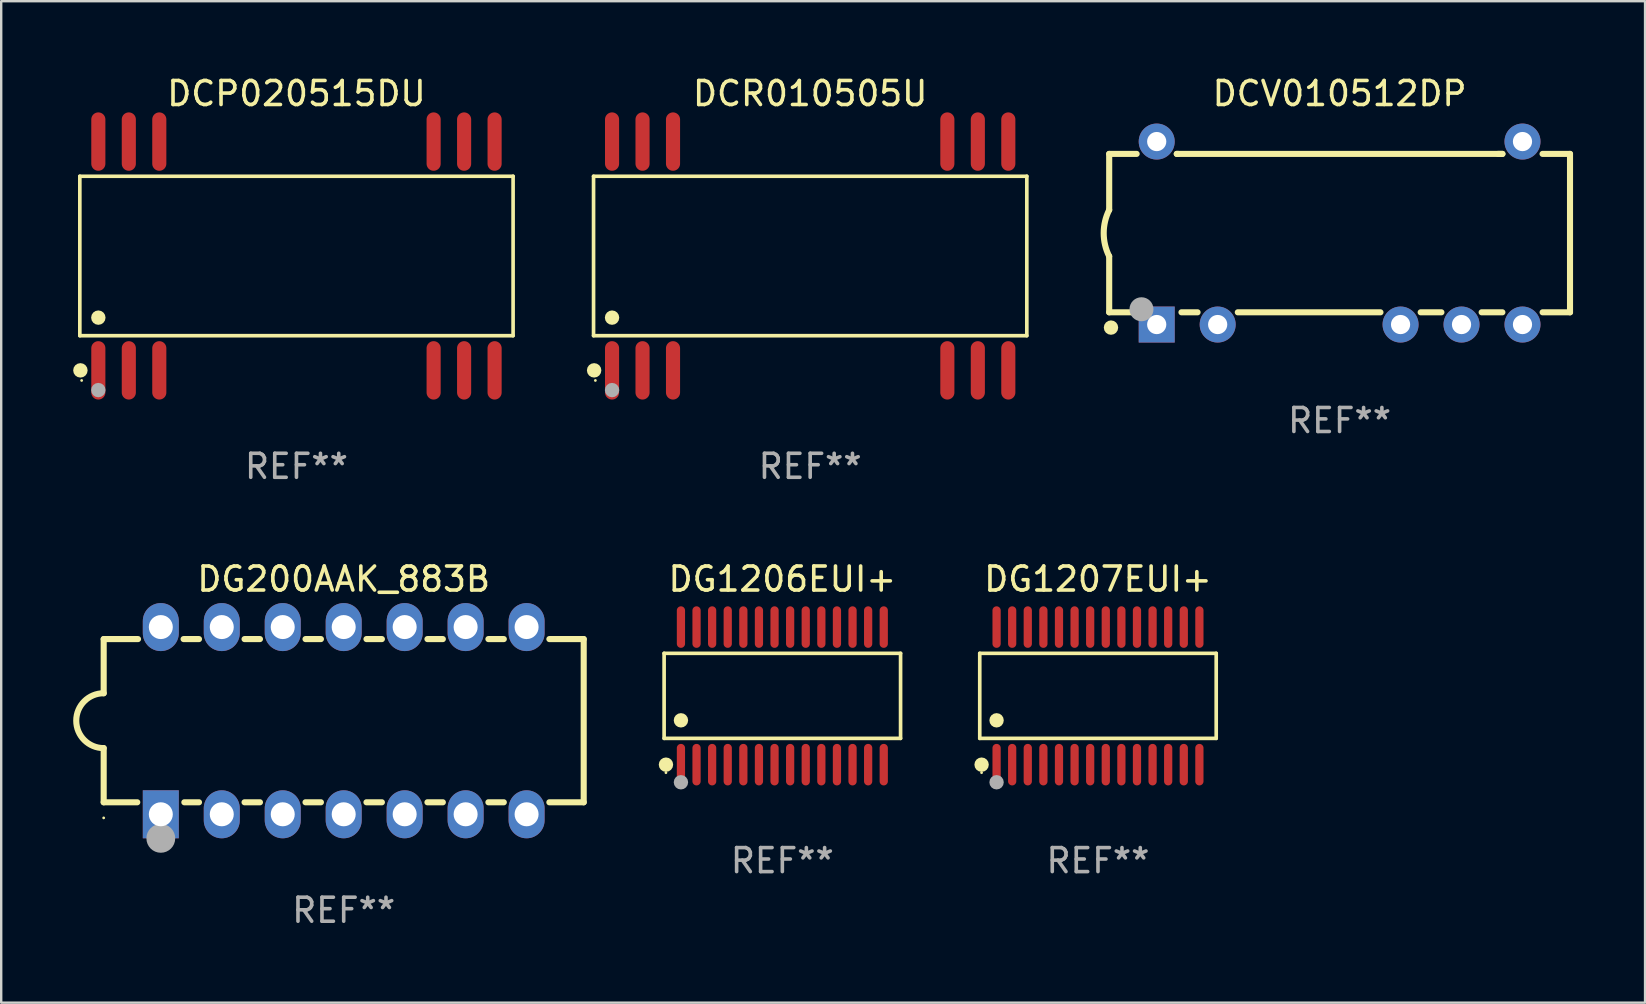
<source format=kicad_pcb>
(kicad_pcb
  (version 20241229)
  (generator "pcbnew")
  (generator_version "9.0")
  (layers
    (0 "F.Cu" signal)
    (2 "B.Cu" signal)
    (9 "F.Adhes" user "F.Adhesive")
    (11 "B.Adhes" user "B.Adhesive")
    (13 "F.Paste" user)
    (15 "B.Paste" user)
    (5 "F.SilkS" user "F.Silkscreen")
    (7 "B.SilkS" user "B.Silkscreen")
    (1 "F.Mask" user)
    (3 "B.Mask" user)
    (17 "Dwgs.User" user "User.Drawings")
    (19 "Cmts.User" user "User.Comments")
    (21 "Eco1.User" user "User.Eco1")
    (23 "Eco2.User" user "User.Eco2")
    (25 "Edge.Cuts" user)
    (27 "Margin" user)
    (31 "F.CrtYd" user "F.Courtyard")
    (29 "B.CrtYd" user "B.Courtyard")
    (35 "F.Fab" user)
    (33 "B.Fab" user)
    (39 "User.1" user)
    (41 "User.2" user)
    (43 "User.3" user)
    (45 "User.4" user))
  (footprint "DG1206EUI+"
    (layer "F.Cu")
    (at 29.546 25.943)
    (property "Reference" "DG1206EUI+" (at 0 -4.866 0) (layer "F.SilkS") (effects (font (size 1 1) (thickness 0.15))))
    (attr through_hole)
    (fp_line (start -4.926 -1.772) (end 4.926 -1.772) (stroke (width 0.152) (type solid)) (layer "F.SilkS"))
    (fp_line (start -4.926 1.771) (end -4.926 -1.772) (stroke (width 0.152) (type solid)) (layer "F.SilkS"))
    (fp_line (start 4.926 -1.772) (end 4.926 1.771) (stroke (width 0.152) (type solid)) (layer "F.SilkS"))
    (fp_line (start 4.926 1.771) (end -4.926 1.771) (stroke (width 0.152) (type solid)) (layer "F.SilkS"))
    (fp_circle (center -4.85 3.2) (end -4.82 3.2) (stroke (width 0.06) (type solid)) (fill no) (layer "F.SilkS"))
    (fp_circle (center -4.849 2.866) (end -4.699 2.866) (stroke (width 0.3) (type solid)) (fill no) (layer "F.SilkS"))
    (fp_circle (center -4.225 1.019) (end -4.075 1.019) (stroke (width 0.3) (type solid)) (fill no) (layer "F.SilkS"))
    (fp_circle (center -4.225 3.6) (end -4.075 3.6) (stroke (width 0.3) (type solid)) (fill no) (layer "F.Fab"))
    (fp_text user "REF**" (at 0 6.866 0) (layer "F.Fab") (effects (font (size 1 1) (thickness 0.15))))
    (pad "1" smd oval (at -4.225 2.866) (size 0.343 1.731) (layers "F.Cu" "F.Mask" "F.Paste"))
    (pad "2" smd oval (at -3.575 2.866) (size 0.343 1.731) (layers "F.Cu" "F.Mask" "F.Paste"))
    (pad "3" smd oval (at -2.925 2.866) (size 0.343 1.731) (layers "F.Cu" "F.Mask" "F.Paste"))
    (pad "4" smd oval (at -2.275 2.866) (size 0.343 1.731) (layers "F.Cu" "F.Mask" "F.Paste"))
    (pad "5" smd oval (at -1.625 2.866) (size 0.343 1.731) (layers "F.Cu" "F.Mask" "F.Paste"))
    (pad "6" smd oval (at -0.975 2.866) (size 0.343 1.731) (layers "F.Cu" "F.Mask" "F.Paste"))
    (pad "7" smd oval (at -0.325 2.866) (size 0.343 1.731) (layers "F.Cu" "F.Mask" "F.Paste"))
    (pad "8" smd oval (at 0.325 2.866) (size 0.343 1.731) (layers "F.Cu" "F.Mask" "F.Paste"))
    (pad "9" smd oval (at 0.975 2.866) (size 0.343 1.731) (layers "F.Cu" "F.Mask" "F.Paste"))
    (pad "10" smd oval (at 1.625 2.866) (size 0.343 1.731) (layers "F.Cu" "F.Mask" "F.Paste"))
    (pad "11" smd oval (at 2.275 2.866) (size 0.343 1.731) (layers "F.Cu" "F.Mask" "F.Paste"))
    (pad "12" smd oval (at 2.925 2.866) (size 0.343 1.731) (layers "F.Cu" "F.Mask" "F.Paste"))
    (pad "13" smd oval (at 3.575 2.866) (size 0.343 1.731) (layers "F.Cu" "F.Mask" "F.Paste"))
    (pad "14" smd oval (at 4.225 2.866) (size 0.343 1.731) (layers "F.Cu" "F.Mask" "F.Paste"))
    (pad "15" smd oval (at 4.225 -2.866) (size 0.343 1.731) (layers "F.Cu" "F.Mask" "F.Paste"))
    (pad "16" smd oval (at 3.575 -2.866) (size 0.343 1.731) (layers "F.Cu" "F.Mask" "F.Paste"))
    (pad "17" smd oval (at 2.925 -2.866) (size 0.343 1.731) (layers "F.Cu" "F.Mask" "F.Paste"))
    (pad "18" smd oval (at 2.275 -2.866) (size 0.343 1.731) (layers "F.Cu" "F.Mask" "F.Paste"))
    (pad "19" smd oval (at 1.625 -2.866) (size 0.343 1.731) (layers "F.Cu" "F.Mask" "F.Paste"))
    (pad "20" smd oval (at 0.975 -2.866) (size 0.343 1.731) (layers "F.Cu" "F.Mask" "F.Paste"))
    (pad "21" smd oval (at 0.325 -2.866) (size 0.343 1.731) (layers "F.Cu" "F.Mask" "F.Paste"))
    (pad "22" smd oval (at -0.325 -2.866) (size 0.343 1.731) (layers "F.Cu" "F.Mask" "F.Paste"))
    (pad "23" smd oval (at -0.975 -2.866) (size 0.343 1.731) (layers "F.Cu" "F.Mask" "F.Paste"))
    (pad "24" smd oval (at -1.625 -2.866) (size 0.343 1.731) (layers "F.Cu" "F.Mask" "F.Paste"))
    (pad "25" smd oval (at -2.275 -2.866) (size 0.343 1.731) (layers "F.Cu" "F.Mask" "F.Paste"))
    (pad "26" smd oval (at -2.925 -2.866) (size 0.343 1.731) (layers "F.Cu" "F.Mask" "F.Paste"))
    (pad "27" smd oval (at -3.575 -2.866) (size 0.343 1.731) (layers "F.Cu" "F.Mask" "F.Paste"))
    (pad "28" smd oval (at -4.225 -2.866) (size 0.343 1.731) (layers "F.Cu" "F.Mask" "F.Paste")))
  (footprint "DCV010512DP"
    (layer "F.Cu")
    (at 52.764 6.66)
    (property "Reference" "DCV010512DP" (at 0 -5.812 0) (layer "F.SilkS") (effects (font (size 1 1) (thickness 0.15))))
    (attr through_hole)
    (fp_line (start -9.6 -3.298) (end -9.6 -0.963) (stroke (width 0.254) (type solid)) (layer "F.SilkS"))
    (fp_line (start -9.6 -3.298) (end -8.456 -3.298) (stroke (width 0.254) (type solid)) (layer "F.SilkS"))
    (fp_line (start -9.6 3.302) (end -9.6 0.967) (stroke (width 0.254) (type solid)) (layer "F.SilkS"))
    (fp_line (start -9.6 3.302) (end -8.628 3.302) (stroke (width 0.254) (type solid)) (layer "F.SilkS"))
    (fp_line (start -6.784 -3.298) (end -6.731 -3.298) (stroke (width 0.254) (type solid)) (layer "F.SilkS"))
    (fp_line (start -6.784 -3.298) (end 6.784 -3.298) (stroke (width 0.254) (type solid)) (layer "F.SilkS"))
    (fp_line (start -5.918 3.302) (end -6.589 3.302) (stroke (width 0.254) (type solid)) (layer "F.SilkS"))
    (fp_line (start 1.702 3.302) (end -4.242 3.302) (stroke (width 0.254) (type solid)) (layer "F.SilkS"))
    (fp_line (start 4.242 3.302) (end 3.378 3.302) (stroke (width 0.254) (type solid)) (layer "F.SilkS"))
    (fp_line (start 6.605 -3.298) (end 6.784 -3.298) (stroke (width 0.254) (type solid)) (layer "F.SilkS"))
    (fp_line (start 6.782 3.302) (end 5.918 3.302) (stroke (width 0.254) (type solid)) (layer "F.SilkS"))
    (fp_line (start 8.456 -3.298) (end 9.6 -3.298) (stroke (width 0.254) (type solid)) (layer "F.SilkS"))
    (fp_line (start 9.6 -3.298) (end 9.6 3.302) (stroke (width 0.254) (type solid)) (layer "F.SilkS"))
    (fp_line (start 9.6 3.302) (end 8.458 3.302) (stroke (width 0.254) (type solid)) (layer "F.SilkS"))
    (fp_arc (start -9.601219 0.966726) (mid -9.828641 0.001484) (end -9.600025 -0.963475) (stroke (width 0.254001) (type solid)) (layer "F.SilkS"))
    (fp_circle (center -9.6 3.962) (end -9.57 3.962) (stroke (width 0.06) (type solid)) (fill no) (layer "F.SilkS"))
    (fp_circle (center -9.525 3.939) (end -9.375 3.939) (stroke (width 0.3) (type solid)) (fill no) (layer "F.SilkS"))
    (fp_circle (center -8.255 3.175) (end -8.005 3.175) (stroke (width 0.5) (type solid)) (fill no) (layer "F.Fab"))
    (fp_text user "REF**" (at 0 7.812 0) (layer "F.Fab") (effects (font (size 1 1) (thickness 0.15))))
    (pad "1" thru_hole rect (at -7.62 3.812) (size 1.5 1.5) (drill 0.8) (layers "*.Cu" "*.Mask"))
    (pad "2" thru_hole circle (at -5.08 3.812) (size 1.5 1.5) (drill 0.8) (layers "*.Cu" "*.Mask"))
    (pad "5" thru_hole circle (at 2.54 3.812) (size 1.5 1.5) (drill 0.8) (layers "*.Cu" "*.Mask"))
    (pad "6" thru_hole circle (at 5.08 3.812) (size 1.5 1.5) (drill 0.8) (layers "*.Cu" "*.Mask"))
    (pad "7" thru_hole circle (at 7.62 3.812) (size 1.5 1.5) (drill 0.8) (layers "*.Cu" "*.Mask"))
    (pad "8" thru_hole circle (at 7.62 -3.812) (size 1.5 1.5) (drill 0.8) (layers "*.Cu" "*.Mask"))
    (pad "14" thru_hole circle (at -7.62 -3.812) (size 1.5 1.5) (drill 0.8) (layers "*.Cu" "*.Mask")))
  (footprint "DG200AAK_883B"
    (layer "F.Cu")
    (at 11.27 26.977)
    (property "Reference" "DG200AAK_883B" (at 0 -5.9 0) (layer "F.SilkS") (effects (font (size 1 1) (thickness 0.15))))
    (attr through_hole)
    (fp_line (start -10 -3.4) (end -10 -1.143) (stroke (width 0.254) (type solid)) (layer "F.SilkS"))
    (fp_line (start -10 -3.4) (end -8.569 -3.4) (stroke (width 0.254) (type solid)) (layer "F.SilkS"))
    (fp_line (start -10 3.4) (end -10 1.143) (stroke (width 0.254) (type solid)) (layer "F.SilkS"))
    (fp_line (start -10 3.4) (end -8.601 3.4) (stroke (width 0.254) (type solid)) (layer "F.SilkS"))
    (fp_line (start -6.671 -3.4) (end -6.029 -3.4) (stroke (width 0.254) (type solid)) (layer "F.SilkS"))
    (fp_line (start -6.639 3.4) (end -6.029 3.4) (stroke (width 0.254) (type solid)) (layer "F.SilkS"))
    (fp_line (start -4.131 -3.4) (end -3.489 -3.4) (stroke (width 0.254) (type solid)) (layer "F.SilkS"))
    (fp_line (start -4.131 3.4) (end -3.489 3.4) (stroke (width 0.254) (type solid)) (layer "F.SilkS"))
    (fp_line (start -1.591 -3.4) (end -0.949 -3.4) (stroke (width 0.254) (type solid)) (layer "F.SilkS"))
    (fp_line (start -1.591 3.4) (end -0.949 3.4) (stroke (width 0.254) (type solid)) (layer "F.SilkS"))
    (fp_line (start 0.949 -3.4) (end 1.591 -3.4) (stroke (width 0.254) (type solid)) (layer "F.SilkS"))
    (fp_line (start 0.949 3.4) (end 1.591 3.4) (stroke (width 0.254) (type solid)) (layer "F.SilkS"))
    (fp_line (start 3.489 -3.4) (end 4.131 -3.4) (stroke (width 0.254) (type solid)) (layer "F.SilkS"))
    (fp_line (start 3.489 3.4) (end 4.131 3.4) (stroke (width 0.254) (type solid)) (layer "F.SilkS"))
    (fp_line (start 6.029 -3.4) (end 6.671 -3.4) (stroke (width 0.254) (type solid)) (layer "F.SilkS"))
    (fp_line (start 6.029 3.4) (end 6.671 3.4) (stroke (width 0.254) (type solid)) (layer "F.SilkS"))
    (fp_line (start 8.569 -3.4) (end 10 -3.4) (stroke (width 0.254) (type solid)) (layer "F.SilkS"))
    (fp_line (start 8.569 3.4) (end 10 3.4) (stroke (width 0.254) (type solid)) (layer "F.SilkS"))
    (fp_line (start 10 -3.4) (end 10 3.4) (stroke (width 0.254) (type solid)) (layer "F.SilkS"))
    (fp_arc (start -10.000025 1.142875) (mid -11.143002 -0.00014) (end -10 -1.143129) (stroke (width 0.254001) (type solid)) (layer "F.SilkS"))
    (fp_circle (center -10 4.05) (end -9.97 4.05) (stroke (width 0.06) (type solid)) (fill no) (layer "F.SilkS"))
    (fp_circle (center -7.62 4.903) (end -7.32 4.903) (stroke (width 0.6) (type solid)) (fill no) (layer "F.Fab"))
    (fp_text user "REF**" (at 0 7.9 0) (layer "F.Fab") (effects (font (size 1 1) (thickness 0.15))))
    (pad "1" thru_hole rect (at -7.62 3.9 90) (size 2 1.5) (drill 1) (layers "*.Cu" "*.Mask"))
    (pad "2" thru_hole oval (at -5.08 3.9 90) (size 2 1.5) (drill 1) (layers "*.Cu" "*.Mask"))
    (pad "3" thru_hole oval (at -2.54 3.9 90) (size 2 1.5) (drill 1) (layers "*.Cu" "*.Mask"))
    (pad "4" thru_hole oval (at 0 3.9 90) (size 2 1.5) (drill 1) (layers "*.Cu" "*.Mask"))
    (pad "5" thru_hole oval (at 2.54 3.9 90) (size 2 1.5) (drill 1) (layers "*.Cu" "*.Mask"))
    (pad "6" thru_hole oval (at 5.08 3.9 90) (size 2 1.5) (drill 1) (layers "*.Cu" "*.Mask"))
    (pad "7" thru_hole oval (at 7.62 3.9 90) (size 2 1.5) (drill 1) (layers "*.Cu" "*.Mask"))
    (pad "8" thru_hole oval (at 7.62 -3.9 90) (size 2 1.5) (drill 1) (layers "*.Cu" "*.Mask"))
    (pad "9" thru_hole oval (at 5.08 -3.9 90) (size 2 1.5) (drill 1) (layers "*.Cu" "*.Mask"))
    (pad "10" thru_hole oval (at 2.54 -3.9 90) (size 2 1.5) (drill 1) (layers "*.Cu" "*.Mask"))
    (pad "11" thru_hole oval (at 0 -3.9 90) (size 2 1.5) (drill 1) (layers "*.Cu" "*.Mask"))
    (pad "12" thru_hole oval (at -2.54 -3.9 90) (size 2 1.5) (drill 1) (layers "*.Cu" "*.Mask"))
    (pad "13" thru_hole oval (at -5.08 -3.9 90) (size 2 1.5) (drill 1) (layers "*.Cu" "*.Mask"))
    (pad "14" thru_hole oval (at -7.62 -3.9 90) (size 2 1.5) (drill 1) (layers "*.Cu" "*.Mask")))
  (footprint "DCP020515DU"
    (layer "F.Cu")
    (at 9.302 7.615)
    (property "Reference" "DCP020515DU" (at 0 -6.766 0) (layer "F.SilkS") (effects (font (size 1 1) (thickness 0.15))))
    (attr through_hole)
    (fp_line (start -9.026 -3.321) (end 9.026 -3.321) (stroke (width 0.152) (type solid)) (layer "F.SilkS"))
    (fp_line (start -9.026 3.321) (end -9.026 -3.321) (stroke (width 0.152) (type solid)) (layer "F.SilkS"))
    (fp_line (start 9.026 -3.321) (end 9.026 3.321) (stroke (width 0.152) (type solid)) (layer "F.SilkS"))
    (fp_line (start 9.026 3.321) (end -9.026 3.321) (stroke (width 0.152) (type solid)) (layer "F.SilkS"))
    (fp_circle (center -9.002 4.766) (end -8.851 4.766) (stroke (width 0.3) (type solid)) (fill no) (layer "F.SilkS"))
    (fp_circle (center -8.95 5.187) (end -8.92 5.187) (stroke (width 0.06) (type solid)) (fill no) (layer "F.SilkS"))
    (fp_circle (center -8.255 2.569) (end -8.105 2.569) (stroke (width 0.3) (type solid)) (fill no) (layer "F.SilkS"))
    (fp_circle (center -8.255 5.588) (end -8.105 5.588) (stroke (width 0.3) (type solid)) (fill no) (layer "F.Fab"))
    (fp_text user "REF**" (at 0 8.766 0) (layer "F.Fab") (effects (font (size 1 1) (thickness 0.15))))
    (pad "1" smd oval (at -8.255 4.766) (size 0.588 2.433) (layers "F.Cu" "F.Mask" "F.Paste"))
    (pad "2" smd oval (at -6.985 4.766) (size 0.588 2.433) (layers "F.Cu" "F.Mask" "F.Paste"))
    (pad "3" smd oval (at -5.715 4.766) (size 0.588 2.433) (layers "F.Cu" "F.Mask" "F.Paste"))
    (pad "12" smd oval (at 5.715 4.766) (size 0.588 2.433) (layers "F.Cu" "F.Mask" "F.Paste"))
    (pad "13" smd oval (at 6.985 4.766) (size 0.588 2.433) (layers "F.Cu" "F.Mask" "F.Paste"))
    (pad "14" smd oval (at 8.255 4.766) (size 0.588 2.433) (layers "F.Cu" "F.Mask" "F.Paste"))
    (pad "15" smd oval (at 8.255 -4.766) (size 0.588 2.433) (layers "F.Cu" "F.Mask" "F.Paste"))
    (pad "16" smd oval (at 6.985 -4.766) (size 0.588 2.433) (layers "F.Cu" "F.Mask" "F.Paste"))
    (pad "17" smd oval (at 5.715 -4.766) (size 0.588 2.433) (layers "F.Cu" "F.Mask" "F.Paste"))
    (pad "26" smd oval (at -5.715 -4.766) (size 0.588 2.433) (layers "F.Cu" "F.Mask" "F.Paste"))
    (pad "27" smd oval (at -6.985 -4.766) (size 0.588 2.433) (layers "F.Cu" "F.Mask" "F.Paste"))
    (pad "28" smd oval (at -8.255 -4.766) (size 0.588 2.433) (layers "F.Cu" "F.Mask" "F.Paste")))
  (footprint "DCR010505U"
    (layer "F.Cu")
    (at 30.706 7.615)
    (property "Reference" "DCR010505U" (at 0 -6.766 0) (layer "F.SilkS") (effects (font (size 1 1) (thickness 0.15))))
    (attr through_hole)
    (fp_line (start -9.026 -3.321) (end 9.026 -3.321) (stroke (width 0.152) (type solid)) (layer "F.SilkS"))
    (fp_line (start -9.026 3.321) (end -9.026 -3.321) (stroke (width 0.152) (type solid)) (layer "F.SilkS"))
    (fp_line (start 9.026 -3.321) (end 9.026 3.321) (stroke (width 0.152) (type solid)) (layer "F.SilkS"))
    (fp_line (start 9.026 3.321) (end -9.026 3.321) (stroke (width 0.152) (type solid)) (layer "F.SilkS"))
    (fp_circle (center -9.002 4.766) (end -8.851 4.766) (stroke (width 0.3) (type solid)) (fill no) (layer "F.SilkS"))
    (fp_circle (center -8.95 5.187) (end -8.92 5.187) (stroke (width 0.06) (type solid)) (fill no) (layer "F.SilkS"))
    (fp_circle (center -8.255 2.569) (end -8.105 2.569) (stroke (width 0.3) (type solid)) (fill no) (layer "F.SilkS"))
    (fp_circle (center -8.255 5.588) (end -8.105 5.588) (stroke (width 0.3) (type solid)) (fill no) (layer "F.Fab"))
    (fp_text user "REF**" (at 0 8.766 0) (layer "F.Fab") (effects (font (size 1 1) (thickness 0.15))))
    (pad "1" smd oval (at -8.255 4.766) (size 0.588 2.433) (layers "F.Cu" "F.Mask" "F.Paste"))
    (pad "2" smd oval (at -6.985 4.766) (size 0.588 2.433) (layers "F.Cu" "F.Mask" "F.Paste"))
    (pad "3" smd oval (at -5.715 4.766) (size 0.588 2.433) (layers "F.Cu" "F.Mask" "F.Paste"))
    (pad "12" smd oval (at 5.715 4.766) (size 0.588 2.433) (layers "F.Cu" "F.Mask" "F.Paste"))
    (pad "13" smd oval (at 6.985 4.766) (size 0.588 2.433) (layers "F.Cu" "F.Mask" "F.Paste"))
    (pad "14" smd oval (at 8.255 4.766) (size 0.588 2.433) (layers "F.Cu" "F.Mask" "F.Paste"))
    (pad "15" smd oval (at 8.255 -4.766) (size 0.588 2.433) (layers "F.Cu" "F.Mask" "F.Paste"))
    (pad "16" smd oval (at 6.985 -4.766) (size 0.588 2.433) (layers "F.Cu" "F.Mask" "F.Paste"))
    (pad "17" smd oval (at 5.715 -4.766) (size 0.588 2.433) (layers "F.Cu" "F.Mask" "F.Paste"))
    (pad "26" smd oval (at -5.715 -4.766) (size 0.588 2.433) (layers "F.Cu" "F.Mask" "F.Paste"))
    (pad "27" smd oval (at -6.985 -4.766) (size 0.588 2.433) (layers "F.Cu" "F.Mask" "F.Paste"))
    (pad "28" smd oval (at -8.255 -4.766) (size 0.588 2.433) (layers "F.Cu" "F.Mask" "F.Paste")))
  (footprint "DG1207EUI+"
    (layer "F.Cu")
    (at 42.697 25.943)
    (property "Reference" "DG1207EUI+" (at 0 -4.866 0) (layer "F.SilkS") (effects (font (size 1 1) (thickness 0.15))))
    (attr through_hole)
    (fp_line (start -4.926 -1.772) (end 4.926 -1.772) (stroke (width 0.152) (type solid)) (layer "F.SilkS"))
    (fp_line (start -4.926 1.771) (end -4.926 -1.772) (stroke (width 0.152) (type solid)) (layer "F.SilkS"))
    (fp_line (start 4.926 -1.772) (end 4.926 1.771) (stroke (width 0.152) (type solid)) (layer "F.SilkS"))
    (fp_line (start 4.926 1.771) (end -4.926 1.771) (stroke (width 0.152) (type solid)) (layer "F.SilkS"))
    (fp_circle (center -4.85 3.2) (end -4.82 3.2) (stroke (width 0.06) (type solid)) (fill no) (layer "F.SilkS"))
    (fp_circle (center -4.849 2.866) (end -4.699 2.866) (stroke (width 0.3) (type solid)) (fill no) (layer "F.SilkS"))
    (fp_circle (center -4.225 1.019) (end -4.075 1.019) (stroke (width 0.3) (type solid)) (fill no) (layer "F.SilkS"))
    (fp_circle (center -4.225 3.6) (end -4.075 3.6) (stroke (width 0.3) (type solid)) (fill no) (layer "F.Fab"))
    (fp_text user "REF**" (at 0 6.866 0) (layer "F.Fab") (effects (font (size 1 1) (thickness 0.15))))
    (pad "1" smd oval (at -4.225 2.866) (size 0.343 1.731) (layers "F.Cu" "F.Mask" "F.Paste"))
    (pad "2" smd oval (at -3.575 2.866) (size 0.343 1.731) (layers "F.Cu" "F.Mask" "F.Paste"))
    (pad "3" smd oval (at -2.925 2.866) (size 0.343 1.731) (layers "F.Cu" "F.Mask" "F.Paste"))
    (pad "4" smd oval (at -2.275 2.866) (size 0.343 1.731) (layers "F.Cu" "F.Mask" "F.Paste"))
    (pad "5" smd oval (at -1.625 2.866) (size 0.343 1.731) (layers "F.Cu" "F.Mask" "F.Paste"))
    (pad "6" smd oval (at -0.975 2.866) (size 0.343 1.731) (layers "F.Cu" "F.Mask" "F.Paste"))
    (pad "7" smd oval (at -0.325 2.866) (size 0.343 1.731) (layers "F.Cu" "F.Mask" "F.Paste"))
    (pad "8" smd oval (at 0.325 2.866) (size 0.343 1.731) (layers "F.Cu" "F.Mask" "F.Paste"))
    (pad "9" smd oval (at 0.975 2.866) (size 0.343 1.731) (layers "F.Cu" "F.Mask" "F.Paste"))
    (pad "10" smd oval (at 1.625 2.866) (size 0.343 1.731) (layers "F.Cu" "F.Mask" "F.Paste"))
    (pad "11" smd oval (at 2.275 2.866) (size 0.343 1.731) (layers "F.Cu" "F.Mask" "F.Paste"))
    (pad "12" smd oval (at 2.925 2.866) (size 0.343 1.731) (layers "F.Cu" "F.Mask" "F.Paste"))
    (pad "13" smd oval (at 3.575 2.866) (size 0.343 1.731) (layers "F.Cu" "F.Mask" "F.Paste"))
    (pad "14" smd oval (at 4.225 2.866) (size 0.343 1.731) (layers "F.Cu" "F.Mask" "F.Paste"))
    (pad "15" smd oval (at 4.225 -2.866) (size 0.343 1.731) (layers "F.Cu" "F.Mask" "F.Paste"))
    (pad "16" smd oval (at 3.575 -2.866) (size 0.343 1.731) (layers "F.Cu" "F.Mask" "F.Paste"))
    (pad "17" smd oval (at 2.925 -2.866) (size 0.343 1.731) (layers "F.Cu" "F.Mask" "F.Paste"))
    (pad "18" smd oval (at 2.275 -2.866) (size 0.343 1.731) (layers "F.Cu" "F.Mask" "F.Paste"))
    (pad "19" smd oval (at 1.625 -2.866) (size 0.343 1.731) (layers "F.Cu" "F.Mask" "F.Paste"))
    (pad "20" smd oval (at 0.975 -2.866) (size 0.343 1.731) (layers "F.Cu" "F.Mask" "F.Paste"))
    (pad "21" smd oval (at 0.325 -2.866) (size 0.343 1.731) (layers "F.Cu" "F.Mask" "F.Paste"))
    (pad "22" smd oval (at -0.325 -2.866) (size 0.343 1.731) (layers "F.Cu" "F.Mask" "F.Paste"))
    (pad "23" smd oval (at -0.975 -2.866) (size 0.343 1.731) (layers "F.Cu" "F.Mask" "F.Paste"))
    (pad "24" smd oval (at -1.625 -2.866) (size 0.343 1.731) (layers "F.Cu" "F.Mask" "F.Paste"))
    (pad "25" smd oval (at -2.275 -2.866) (size 0.343 1.731) (layers "F.Cu" "F.Mask" "F.Paste"))
    (pad "26" smd oval (at -2.925 -2.866) (size 0.343 1.731) (layers "F.Cu" "F.Mask" "F.Paste"))
    (pad "27" smd oval (at -3.575 -2.866) (size 0.343 1.731) (layers "F.Cu" "F.Mask" "F.Paste"))
    (pad "28" smd oval (at -4.225 -2.866) (size 0.343 1.731) (layers "F.Cu" "F.Mask" "F.Paste")))
  (gr_rect
    (start -3 -3)
    (end 65.491 38.726)
    (stroke (width 0.1) (type default))
    (fill no)
    (layer "Edge.Cuts")))
</source>
